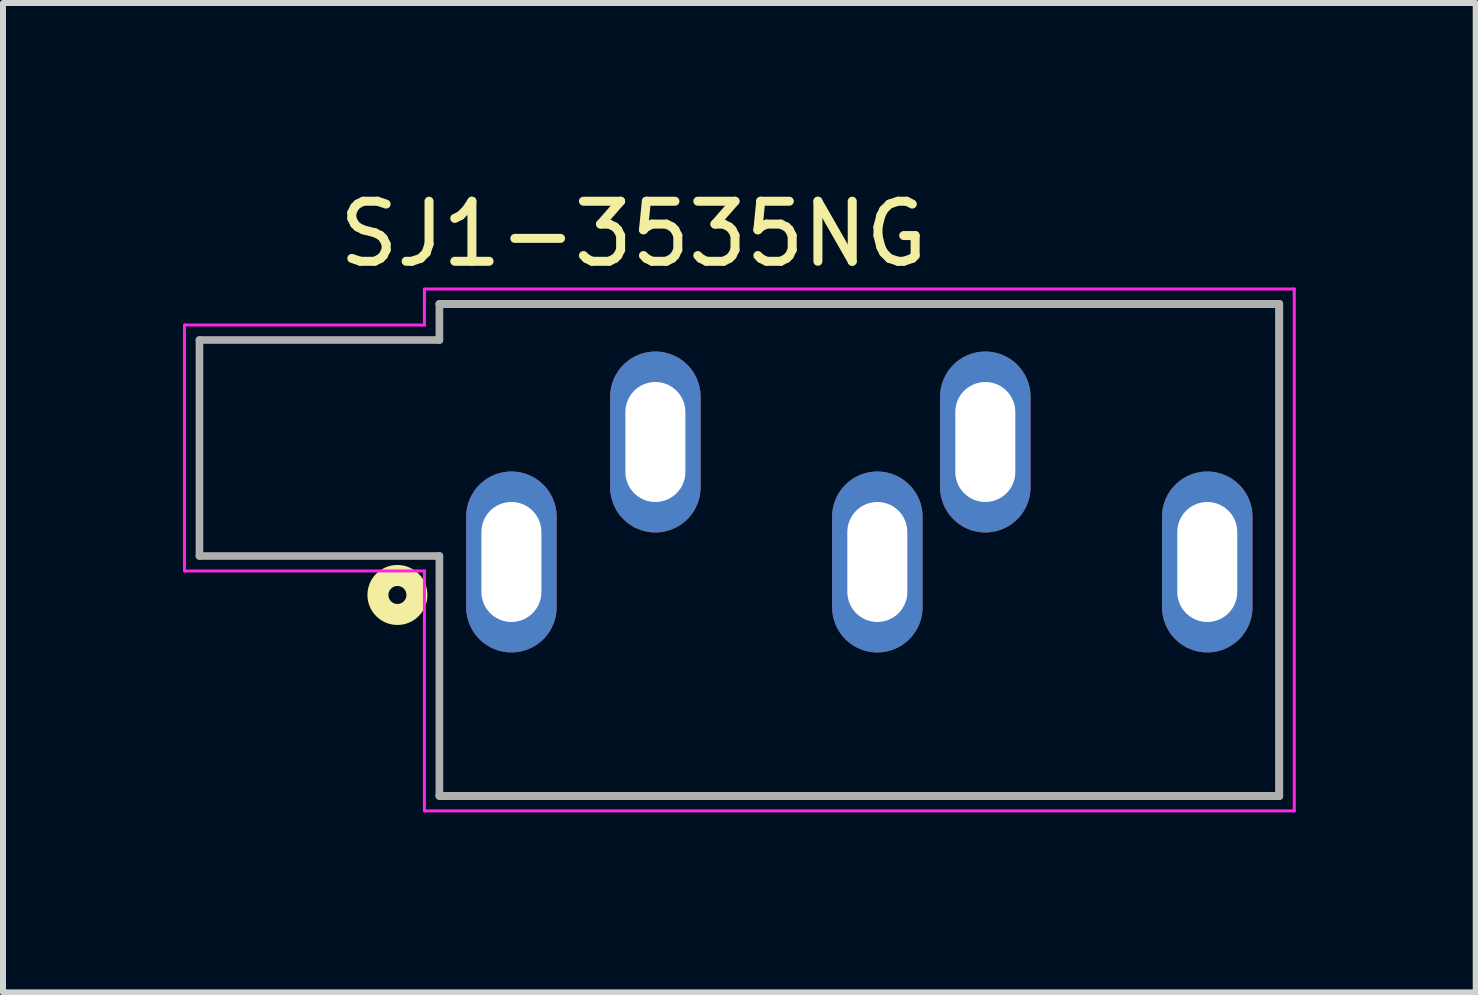
<source format=kicad_pcb>
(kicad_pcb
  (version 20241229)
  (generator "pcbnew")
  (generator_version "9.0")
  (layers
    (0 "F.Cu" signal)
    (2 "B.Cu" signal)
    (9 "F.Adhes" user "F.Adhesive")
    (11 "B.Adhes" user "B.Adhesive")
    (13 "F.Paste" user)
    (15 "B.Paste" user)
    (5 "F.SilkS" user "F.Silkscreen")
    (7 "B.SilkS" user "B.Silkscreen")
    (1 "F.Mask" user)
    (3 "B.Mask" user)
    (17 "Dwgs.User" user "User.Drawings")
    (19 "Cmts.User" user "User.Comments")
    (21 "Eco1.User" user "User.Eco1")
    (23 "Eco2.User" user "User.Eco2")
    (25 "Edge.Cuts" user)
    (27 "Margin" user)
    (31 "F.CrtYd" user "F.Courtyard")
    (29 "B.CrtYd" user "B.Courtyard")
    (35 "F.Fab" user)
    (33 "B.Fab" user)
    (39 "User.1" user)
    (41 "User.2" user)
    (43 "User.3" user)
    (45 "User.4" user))
  (footprint "SJ1-3535NG"
    (layer "F.Cu")
    (at 5.475 6.318)
    (property "Reference" "SJ1-3535NG" (at 2.035 -5.468 0) (layer "F.SilkS") (effects (font (size 1.001 1.001) (thickness 0.15))))
    (attr through_hole)
    (fp_line (start -1.2 -4.3) (end 12.8 -4.3) (stroke (width 0.127) (type solid)) (layer "F.SilkS"))
    (fp_line (start 12.8 -4.3) (end 12.8 3.9) (stroke (width 0.127) (type solid)) (layer "F.SilkS"))
    (fp_line (start 12.8 3.9) (end -1.2 3.9) (stroke (width 0.127) (type solid)) (layer "F.SilkS"))
    (fp_circle (center -1.9 0.55) (end -1.75 0.55) (stroke (width 0.35) (type solid)) (fill no) (layer "F.SilkS"))
    (fp_line (start -5.45 -3.95) (end -1.45 -3.95) (stroke (width 0.05) (type solid)) (layer "F.CrtYd"))
    (fp_line (start -5.45 0.15) (end -5.45 -3.95) (stroke (width 0.05) (type solid)) (layer "F.CrtYd"))
    (fp_line (start -1.45 -4.55) (end 13.05 -4.55) (stroke (width 0.05) (type solid)) (layer "F.CrtYd"))
    (fp_line (start -1.45 -3.95) (end -1.45 -4.55) (stroke (width 0.05) (type solid)) (layer "F.CrtYd"))
    (fp_line (start -1.45 0.15) (end -5.45 0.15) (stroke (width 0.05) (type solid)) (layer "F.CrtYd"))
    (fp_line (start -1.45 4.15) (end -1.45 0.15) (stroke (width 0.05) (type solid)) (layer "F.CrtYd"))
    (fp_line (start 13.05 -4.55) (end 13.05 4.15) (stroke (width 0.05) (type solid)) (layer "F.CrtYd"))
    (fp_line (start 13.05 4.15) (end -1.45 4.15) (stroke (width 0.05) (type solid)) (layer "F.CrtYd"))
    (fp_line (start -5.2 -3.7) (end -1.2 -3.7) (stroke (width 0.127) (type solid)) (layer "F.Fab"))
    (fp_line (start -5.2 -0.1) (end -5.2 -3.7) (stroke (width 0.127) (type solid)) (layer "F.Fab"))
    (fp_line (start -1.2 -4.3) (end 12.8 -4.3) (stroke (width 0.127) (type solid)) (layer "F.Fab"))
    (fp_line (start -1.2 -3.7) (end -1.2 -4.3) (stroke (width 0.127) (type solid)) (layer "F.Fab"))
    (fp_line (start -1.2 -0.1) (end -5.2 -0.1) (stroke (width 0.127) (type solid)) (layer "F.Fab"))
    (fp_line (start -1.2 3.9) (end -1.2 -0.1) (stroke (width 0.127) (type solid)) (layer "F.Fab"))
    (fp_line (start 12.8 -4.3) (end 12.8 3.9) (stroke (width 0.127) (type solid)) (layer "F.Fab"))
    (fp_line (start 12.8 3.9) (end -1.2 3.9) (stroke (width 0.127) (type solid)) (layer "F.Fab"))
    (pad "1" thru_hole oval (at 0 0) (size 1.508 3.016) (drill oval 1 2) (layers "*.Cu" "*.Mask"))
    (pad "2" thru_hole oval (at 2.4 -2) (size 1.508 3.016) (drill oval 1 2) (layers "*.Cu" "*.Mask"))
    (pad "3" thru_hole oval (at 7.9 -2) (size 1.508 3.016) (drill oval 1 2) (layers "*.Cu" "*.Mask"))
    (pad "4" thru_hole oval (at 11.6 0) (size 1.508 3.016) (drill oval 1 2) (layers "*.Cu" "*.Mask"))
    (pad "5" thru_hole oval (at 6.1 0) (size 1.508 3.016) (drill oval 1 2) (layers "*.Cu" "*.Mask")))
  (gr_rect
    (start -3 -3)
    (end 21.55 13.493)
    (stroke (width 0.1) (type default))
    (fill no)
    (layer "Edge.Cuts")))
</source>
